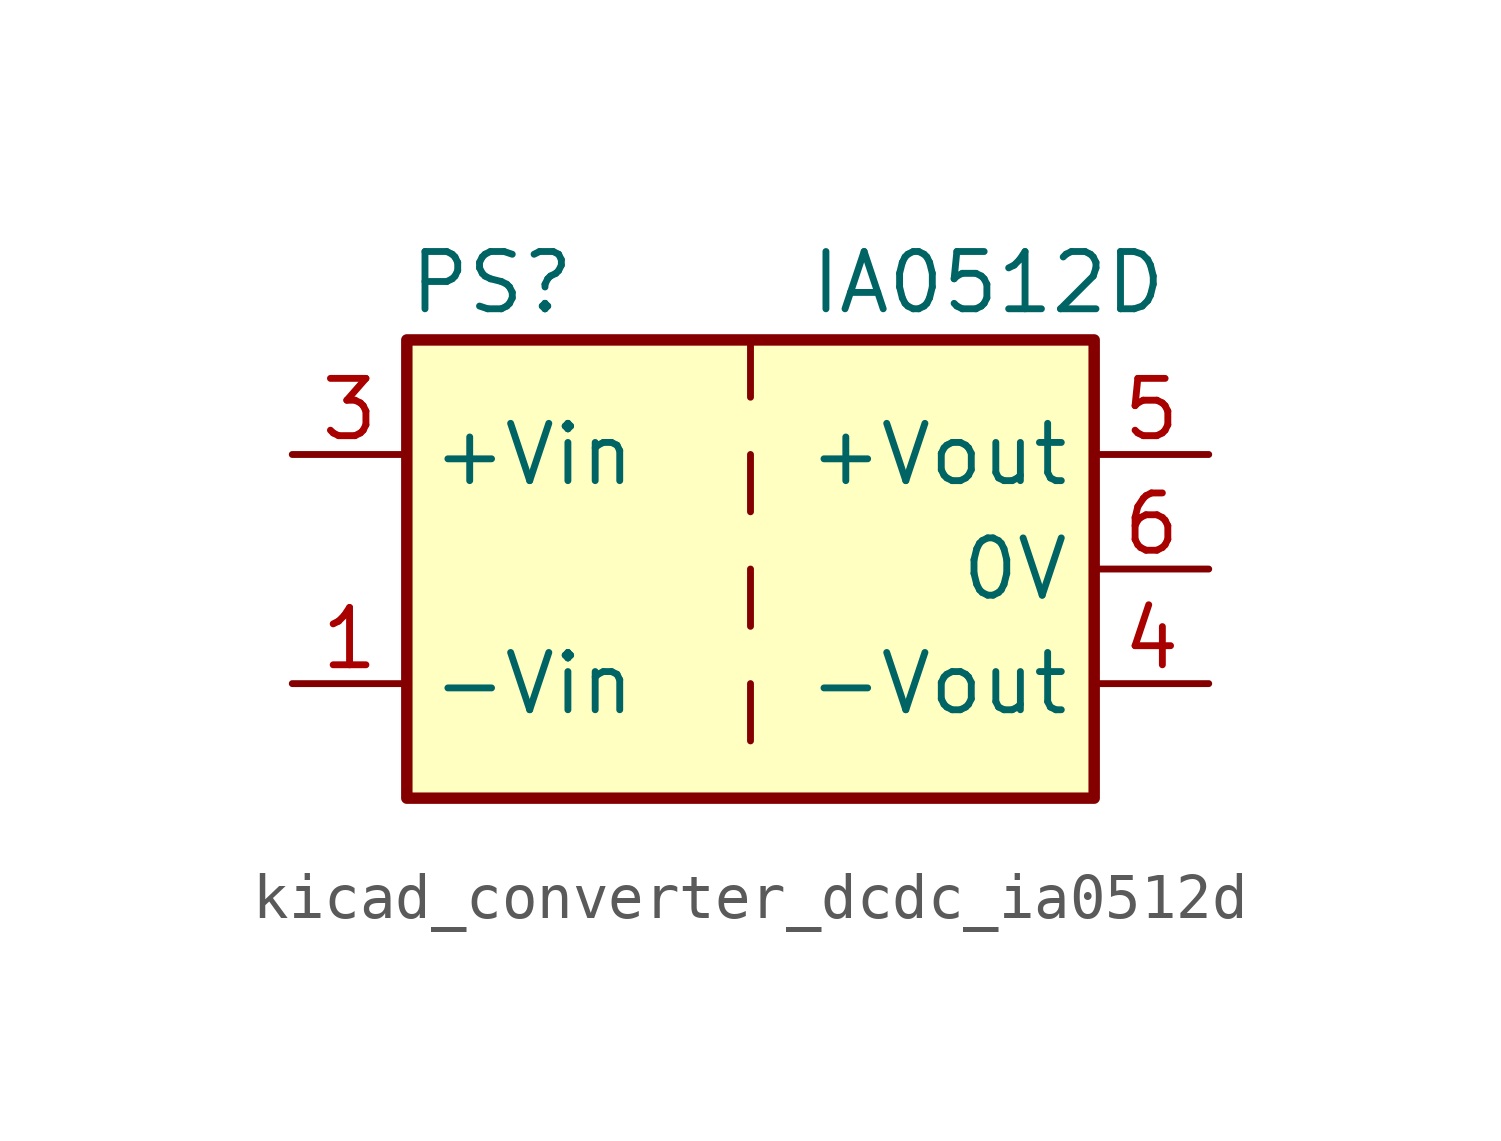
<source format=kicad_sym>
(kicad_symbol_lib
  (version 20220914)
  (generator kicad_symbol_editor)
  (symbol "kicad_converter_dcdc_ia0512d"
    (property "Reference" "PS"
      (at -7.62 6.35 0)
      (effects (font (size 1.27 1.27)) (justify left)))
    (property "Value" "IA0512D"
      (at 1.27 6.35 0)
      (effects (font (size 1.27 1.27)) (justify left)))
    (symbol "kicad_converter_dcdc_ia0512d_0_0"
      (pin power_in line (at -10.16 -2.54 0) (length 2.54) (name "-Vin" (effects (font (size 1.27 1.27)))) (number "1" (effects (font (size 1.27 1.27)))))
      (pin power_in line (at -10.16 2.54 0) (length 2.54) (name "+Vin" (effects (font (size 1.27 1.27)))) (number "3" (effects (font (size 1.27 1.27)))))
      (pin power_out line (at 10.16 -2.54 180) (length 2.54) (name "-Vout" (effects (font (size 1.27 1.27)))) (number "4" (effects (font (size 1.27 1.27)))))
      (pin power_out line (at 10.16 2.54 180) (length 2.54) (name "+Vout" (effects (font (size 1.27 1.27)))) (number "5" (effects (font (size 1.27 1.27)))))
      (pin power_out line (at 10.16 0 180) (length 2.54) (name "0V" (effects (font (size 1.27 1.27)))) (number "6" (effects (font (size 1.27 1.27))))))
    (symbol "kicad_converter_dcdc_ia0512d_0_1"
      (rectangle (start -7.62 5.08) (end 7.62 -5.08) (stroke (width 0.254) (type default)) (fill (type background)))
      (polyline (pts (xy 0 -2.54) (xy 0 -3.81)) (stroke (width 0) (type default)) (fill (type none)))
      (polyline (pts (xy 0 0) (xy 0 -1.27)) (stroke (width 0) (type default)) (fill (type none)))
      (polyline (pts (xy 0 2.54) (xy 0 1.27)) (stroke (width 0) (type default)) (fill (type none)))
      (polyline (pts (xy 0 5.08) (xy 0 3.81)) (stroke (width 0) (type default)) (fill (type none))))
    (symbol "kicad_converter_dcdc_ia0512d_1_1"
      (pin no_connect line (at 0 -5.08 90) (length 2.54) hide (name "NC" (effects (font (size 1.27 1.27)))) (number "2" (effects (font (size 1.27 1.27))))))))
</source>
